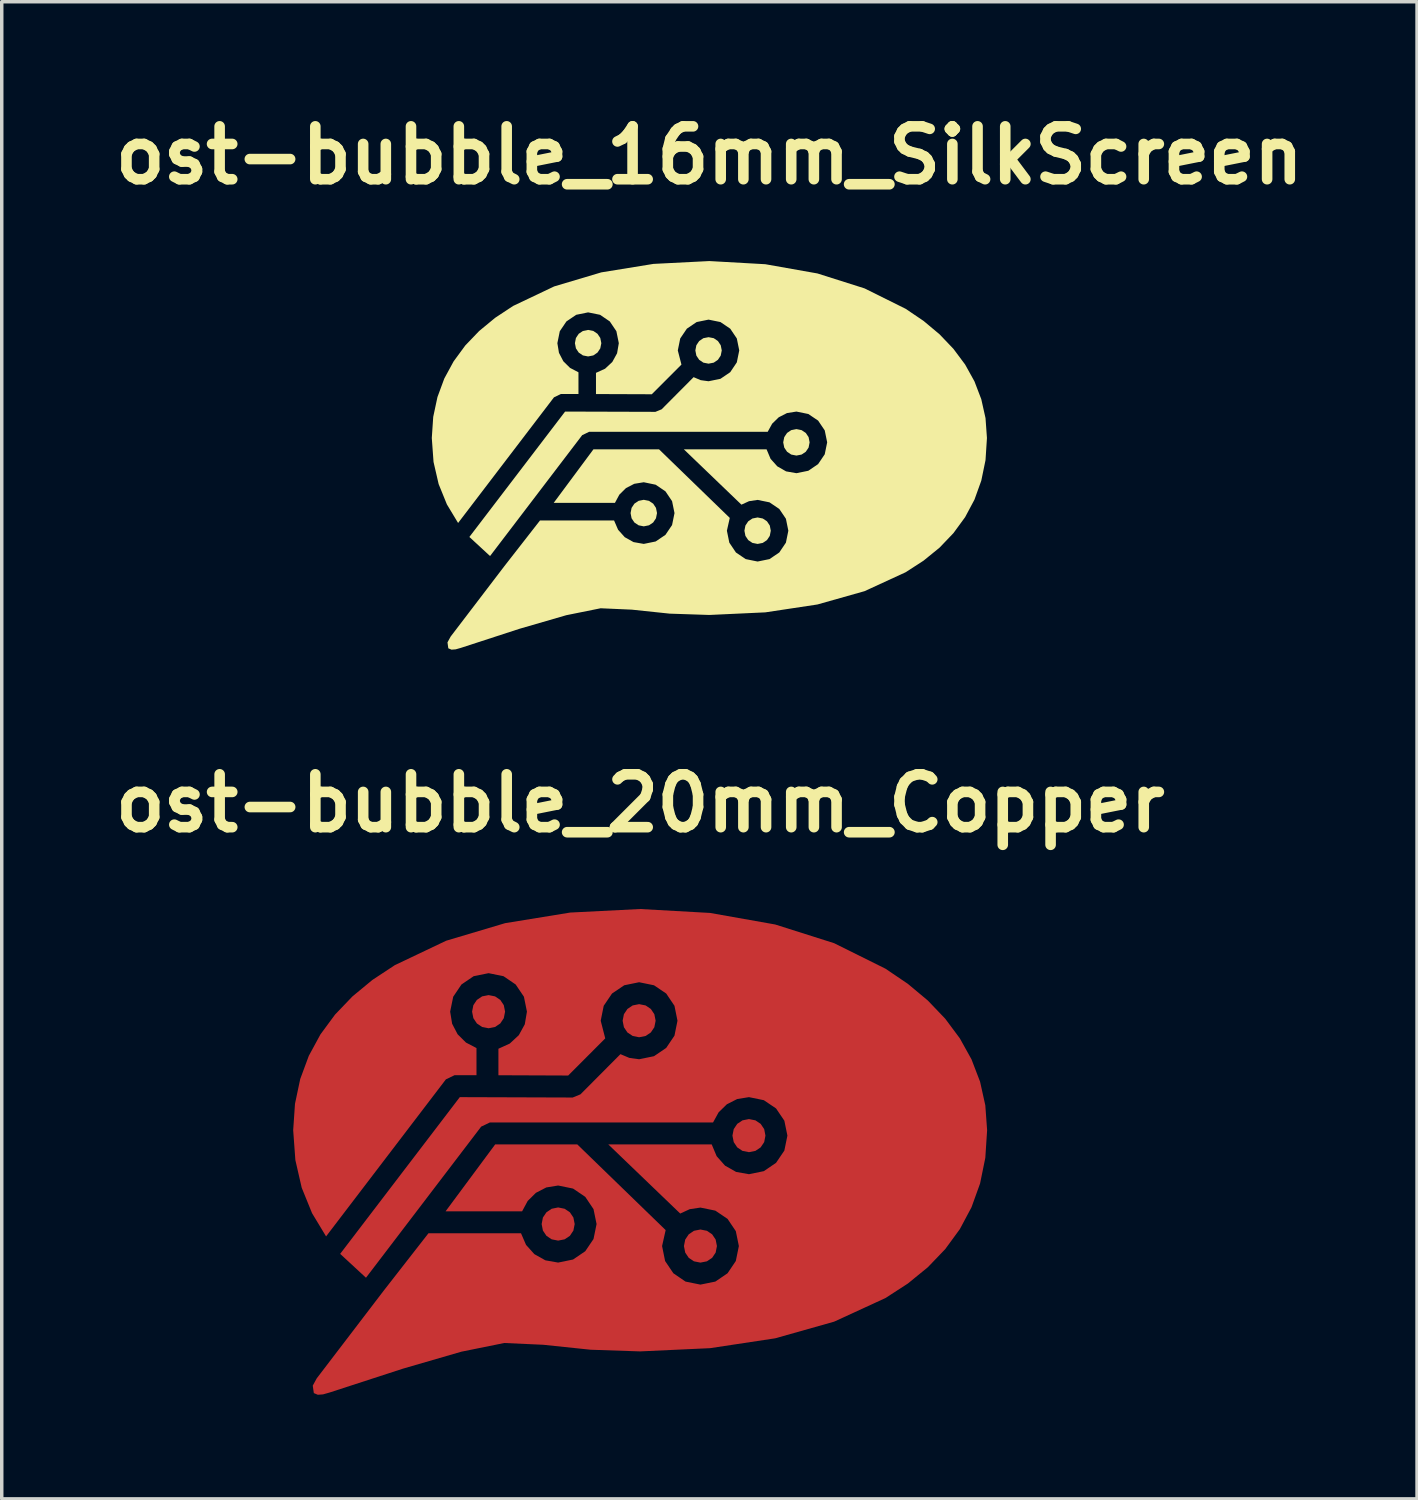
<source format=kicad_pcb>
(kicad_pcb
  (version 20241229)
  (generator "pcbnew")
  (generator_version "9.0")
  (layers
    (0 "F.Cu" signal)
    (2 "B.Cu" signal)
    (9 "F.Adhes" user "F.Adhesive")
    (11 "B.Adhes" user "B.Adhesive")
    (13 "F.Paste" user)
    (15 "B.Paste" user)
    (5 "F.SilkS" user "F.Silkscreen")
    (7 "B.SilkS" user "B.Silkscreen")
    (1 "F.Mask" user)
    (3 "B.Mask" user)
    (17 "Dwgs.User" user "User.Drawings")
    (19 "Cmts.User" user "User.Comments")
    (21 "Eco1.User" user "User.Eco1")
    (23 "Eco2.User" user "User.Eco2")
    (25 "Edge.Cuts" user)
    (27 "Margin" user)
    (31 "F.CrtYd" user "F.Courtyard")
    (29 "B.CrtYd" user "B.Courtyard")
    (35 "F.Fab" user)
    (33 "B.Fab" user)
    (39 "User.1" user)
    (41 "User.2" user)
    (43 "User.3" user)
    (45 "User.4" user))
  (footprint "ost-bubble_16mm_SilkScreen"
    (layer "F.Cu")
    (at 17.395 10.074)
    (property "Reference" "ost-bubble_16mm_SilkScreen" (at 0 -8.648 0) (layer "F.SilkS") (effects (font (size 1.524 1.524) (thickness 0.305))))
    (attr exclude_from_pos_files exclude_from_bom)
    (fp_poly (pts (xy -3.495 -3.615) (xy -3.644 -3.585) (xy -3.765 -3.504) (xy -3.846 -3.383) (xy -3.875 -3.233) (xy -3.846 -3.083) (xy -3.765 -2.962) (xy -3.644 -2.88) (xy -3.495 -2.851) (xy -3.345 -2.88) (xy -3.225 -2.962) (xy -3.144 -3.083) (xy -3.114 -3.233) (xy -3.144 -3.383) (xy -3.225 -3.504) (xy -3.345 -3.585) (xy -3.495 -3.615)) (stroke (width 0) (type solid)) (fill yes) (layer "F.SilkS"))
    (fp_poly (pts (xy -0.024 -3.406) (xy -0.173 -3.377) (xy -0.294 -3.295) (xy -0.375 -3.174) (xy -0.404 -3.024) (xy -0.375 -2.875) (xy -0.294 -2.754) (xy -0.173 -2.672) (xy -0.024 -2.643) (xy 0.126 -2.672) (xy 0.246 -2.754) (xy 0.327 -2.875) (xy 0.357 -3.024) (xy 0.327 -3.174) (xy 0.246 -3.295) (xy 0.126 -3.377) (xy -0.024 -3.406)) (stroke (width 0) (type solid)) (fill yes) (layer "F.SilkS"))
    (fp_poly (pts (xy 2.509 -0.757) (xy 2.359 -0.727) (xy 2.239 -0.646) (xy 2.158 -0.525) (xy 2.128 -0.375) (xy 2.158 -0.225) (xy 2.239 -0.104) (xy 2.359 -0.023) (xy 2.509 0.006) (xy 2.658 -0.023) (xy 2.779 -0.104) (xy 2.86 -0.225) (xy 2.889 -0.375) (xy 2.86 -0.525) (xy 2.779 -0.646) (xy 2.658 -0.727) (xy 2.509 -0.757)) (stroke (width 0) (type solid)) (fill yes) (layer "F.SilkS"))
    (fp_poly (pts (xy -1.891 1.281) (xy -2.04 1.311) (xy -2.161 1.392) (xy -2.242 1.514) (xy -2.271 1.664) (xy -2.242 1.814) (xy -2.161 1.935) (xy -2.04 2.016) (xy -1.891 2.046) (xy -1.741 2.016) (xy -1.62 1.935) (xy -1.539 1.814) (xy -1.509 1.664) (xy -1.539 1.514) (xy -1.62 1.392) (xy -1.741 1.311) (xy -1.891 1.281) (xy -1.891 1.281)) (stroke (width 0) (type solid)) (fill yes) (layer "F.SilkS"))
    (fp_poly (pts (xy 1.39 1.79) (xy 1.24 1.82) (xy 1.12 1.901) (xy 1.039 2.022) (xy 1.01 2.172) (xy 1.039 2.321) (xy 1.12 2.442) (xy 1.24 2.523) (xy 1.39 2.553) (xy 1.539 2.523) (xy 1.66 2.442) (xy 1.741 2.321) (xy 1.77 2.172) (xy 1.741 2.022) (xy 1.66 1.901) (xy 1.539 1.82) (xy 1.39 1.79) (xy 1.39 1.79)) (stroke (width 0) (type solid)) (fill yes) (layer "F.SilkS"))
    (fp_poly (pts (xy -0.000128 -5.6) (xy -1.612 -5.518) (xy -3.114 -5.274) (xy -4.473 -4.869) (xy -5.657 -4.306) (xy -6.173 -3.965) (xy -6.634 -3.585) (xy -7.035 -3.167) (xy -7.371 -2.709) (xy -7.64 -2.214) (xy -7.837 -1.68) (xy -7.959 -1.109) (xy -8 -0.5) (xy -7.95 0.19) (xy -7.803 0.827) (xy -7.565 1.413) (xy -7.242 1.949) (xy -4.479 -1.672) (xy -4.28 -1.768) (xy -3.773 -1.768) (xy -3.773 -2.394) (xy -4.016 -2.521) (xy -4.209 -2.712) (xy -4.335 -2.955) (xy -4.381 -3.233) (xy -4.311 -3.578) (xy -4.12 -3.86) (xy -3.838 -4.051) (xy -3.495 -4.121) (xy -3.151 -4.051) (xy -2.87 -3.86) (xy -2.68 -3.578) (xy -2.61 -3.233) (xy -2.66 -2.942) (xy -2.798 -2.691) (xy -3.006 -2.497) (xy -3.268 -2.378) (xy -3.268 -1.767) (xy -1.659 -1.761) (xy -0.805 -2.616) (xy -0.91 -3.024) (xy -0.84 -3.369) (xy -0.649 -3.651) (xy -0.367 -3.842) (xy -0.024 -3.912) (xy 0.319 -3.842) (xy 0.601 -3.651) (xy 0.791 -3.369) (xy 0.861 -3.024) (xy 0.791 -2.68) (xy 0.601 -2.397) (xy 0.319 -2.206) (xy -0.024 -2.136) (xy -0.25 -2.167) (xy -0.454 -2.254) (xy -1.376 -1.327) (xy -1.555 -1.254) (xy -4.158 -1.262) (xy -6.917 2.352) (xy -6.321 2.902) (xy -3.665 -0.583) (xy -3.465 -0.679) (xy 1.681 -0.679) (xy 1.81 -0.913) (xy 1.999 -1.097) (xy 2.237 -1.219) (xy 2.509 -1.262) (xy 2.852 -1.192) (xy 3.134 -1.002) (xy 3.325 -0.719) (xy 3.395 -0.375) (xy 3.325 -0.031) (xy 3.134 0.252) (xy 2.852 0.444) (xy 2.509 0.514) (xy 2.212 0.462) (xy 1.958 0.317) (xy 1.764 0.1) (xy 1.649 -0.173) (xy -0.735 -0.173) (xy 0.924 1.421) (xy 1.143 1.321) (xy 1.39 1.284) (xy 1.733 1.354) (xy 2.015 1.545) (xy 2.206 1.827) (xy 2.276 2.172) (xy 2.206 2.516) (xy 2.015 2.799) (xy 1.733 2.99) (xy 1.39 3.06) (xy 1.047 2.99) (xy 0.765 2.799) (xy 0.575 2.516) (xy 0.505 2.172) (xy 0.588 1.803) (xy -1.45 -0.173) (xy -3.342 -0.173) (xy -4.487 1.37) (xy -2.722 1.37) (xy -2.594 1.132) (xy -2.404 0.944) (xy -2.165 0.82) (xy -1.891 0.775) (xy -1.548 0.846) (xy -1.266 1.037) (xy -1.075 1.32) (xy -1.005 1.664) (xy -1.075 2.008) (xy -1.266 2.291) (xy -1.548 2.482) (xy -1.891 2.552) (xy -2.186 2.5) (xy -2.438 2.359) (xy -2.631 2.144) (xy -2.747 1.876) (xy -4.881 1.876) (xy -5.909 3.194) (xy -7.457 5.223) (xy -7.548 5.39) (xy -7.524 5.561) (xy -7.432 5.6) (xy -7.312 5.591) (xy -7.163 5.549) (xy -5.468 4.997) (xy -4.123 4.607) (xy -3.133 4.407) (xy -2.235 4.447) (xy -1.143 4.562) (xy -0.000088 4.6) (xy 1.612 4.525) (xy 3.114 4.298) (xy 4.473 3.914) (xy 5.657 3.369) (xy 6.173 3.035) (xy 6.634 2.66) (xy 7.034 2.242) (xy 7.371 1.781) (xy 7.64 1.277) (xy 7.837 0.729) (xy 7.959 0.137) (xy 8 -0.5) (xy 7.959 -1.073) (xy 7.837 -1.618) (xy 7.64 -2.133) (xy 7.371 -2.618) (xy 7.034 -3.07) (xy 6.634 -3.489) (xy 6.173 -3.875) (xy 5.657 -4.224) (xy 4.473 -4.812) (xy 3.114 -5.243) (xy 1.612 -5.509) (xy -0.000088 -5.6) (xy -0.000128 -5.6)) (stroke (width 0) (type solid)) (fill yes) (layer "F.SilkS")))
  (footprint "ost-bubble_20mm_Copper"
    (layer "F.Cu")
    (at 15.4 30.149)
    (property "Reference" "ost-bubble_20mm_Copper" (at 0 -10.048 0) (layer "F.SilkS") (effects (font (size 1.524 1.524) (thickness 0.305))))
    (attr exclude_from_pos_files exclude_from_bom)
    (fp_poly (pts (xy -4.368 -4.519) (xy -4.555 -4.482) (xy -4.706 -4.38) (xy -4.807 -4.229) (xy -4.844 -4.042) (xy -4.807 -3.854) (xy -4.706 -3.702) (xy -4.555 -3.6) (xy -4.368 -3.563) (xy -4.182 -3.6) (xy -4.031 -3.702) (xy -3.93 -3.854) (xy -3.893 -4.042) (xy -3.93 -4.229) (xy -4.031 -4.38) (xy -4.182 -4.482) (xy -4.368 -4.519)) (stroke (width 0) (type solid)) (fill yes) (layer "F.Cu"))
    (fp_poly (pts (xy -0.03 -4.258) (xy -0.216 -4.221) (xy -0.367 -4.119) (xy -0.468 -3.968) (xy -0.505 -3.78) (xy -0.468 -3.593) (xy -0.367 -3.442) (xy -0.216 -3.341) (xy -0.03 -3.304) (xy 0.157 -3.341) (xy 0.308 -3.442) (xy 0.409 -3.593) (xy 0.446 -3.78) (xy 0.409 -3.968) (xy 0.308 -4.119) (xy 0.157 -4.221) (xy -0.03 -4.258)) (stroke (width 0) (type solid)) (fill yes) (layer "F.Cu"))
    (fp_poly (pts (xy -2.364 1.601) (xy -2.55 1.639) (xy -2.701 1.741) (xy -2.803 1.892) (xy -2.839 2.08) (xy -2.803 2.267) (xy -2.701 2.419) (xy -2.55 2.52) (xy -2.364 2.557) (xy -2.177 2.52) (xy -2.025 2.419) (xy -1.924 2.267) (xy -1.887 2.08) (xy -1.924 1.892) (xy -2.025 1.741) (xy -2.177 1.639) (xy -2.364 1.601) (xy -2.364 1.601)) (stroke (width 0) (type solid)) (fill yes) (layer "F.Cu"))
    (fp_poly (pts (xy 1.737 2.237) (xy 1.551 2.274) (xy 1.4 2.376) (xy 1.299 2.527) (xy 1.262 2.714) (xy 1.299 2.902) (xy 1.4 3.053) (xy 1.551 3.154) (xy 1.737 3.191) (xy 1.924 3.154) (xy 2.075 3.053) (xy 2.176 2.902) (xy 2.213 2.714) (xy 2.176 2.527) (xy 2.075 2.376) (xy 1.924 2.274) (xy 1.737 2.237) (xy 1.737 2.237)) (stroke (width 0) (type solid)) (fill yes) (layer "F.Cu"))
    (fp_poly (pts (xy 3.136 -0.946) (xy 2.949 -0.909) (xy 2.798 -0.808) (xy 2.697 -0.656) (xy 2.66 -0.469) (xy 2.697 -0.282) (xy 2.798 -0.13) (xy 2.949 -0.029) (xy 3.136 0.008) (xy 3.322 -0.029) (xy 3.473 -0.13) (xy 3.575 -0.282) (xy 3.611 -0.469) (xy 3.575 -0.656) (xy 3.473 -0.808) (xy 3.322 -0.909) (xy 3.136 -0.946) (xy 3.136 -0.946)) (stroke (width 0) (type solid)) (fill yes) (layer "F.Cu"))
    (fp_poly (pts (xy -0.00016 -7) (xy -2.016 -6.898) (xy -3.893 -6.592) (xy -5.591 -6.086) (xy -7.071 -5.382) (xy -7.717 -4.956) (xy -8.292 -4.481) (xy -8.793 -3.958) (xy -9.214 -3.387) (xy -9.55 -2.768) (xy -9.797 -2.101) (xy -9.948 -1.386) (xy -10 -0.625) (xy -9.937 0.237) (xy -9.754 1.034) (xy -9.456 1.767) (xy -9.052 2.436) (xy -5.599 -2.09) (xy -5.35 -2.21) (xy -4.717 -2.21) (xy -4.717 -2.993) (xy -5.02 -3.151) (xy -5.261 -3.39) (xy -5.419 -3.693) (xy -5.476 -4.042) (xy -5.388 -4.472) (xy -5.15 -4.825) (xy -4.798 -5.064) (xy -4.368 -5.151) (xy -3.939 -5.064) (xy -3.588 -4.825) (xy -3.35 -4.472) (xy -3.263 -4.042) (xy -3.325 -3.677) (xy -3.497 -3.364) (xy -3.758 -3.122) (xy -4.085 -2.973) (xy -4.085 -2.209) (xy -2.074 -2.201) (xy -1.006 -3.271) (xy -1.137 -3.78) (xy -1.05 -4.211) (xy -0.811 -4.564) (xy -0.459 -4.802) (xy -0.03 -4.89) (xy 0.399 -4.802) (xy 0.751 -4.564) (xy 0.989 -4.211) (xy 1.076 -3.78) (xy 0.989 -3.35) (xy 0.751 -2.997) (xy 0.399 -2.758) (xy -0.03 -2.67) (xy -0.312 -2.709) (xy -0.568 -2.817) (xy -1.72 -1.659) (xy -1.944 -1.567) (xy -5.198 -1.578) (xy -8.646 2.939) (xy -7.902 3.627) (xy -4.582 -0.728) (xy -4.332 -0.848) (xy 2.101 -0.848) (xy 2.262 -1.141) (xy 2.499 -1.372) (xy 2.796 -1.523) (xy 3.136 -1.578) (xy 3.565 -1.49) (xy 3.917 -1.252) (xy 4.156 -0.899) (xy 4.244 -0.469) (xy 4.156 -0.038) (xy 3.917 0.315) (xy 3.565 0.555) (xy 3.136 0.643) (xy 2.765 0.577) (xy 2.447 0.397) (xy 2.205 0.124) (xy 2.062 -0.216) (xy -0.919 -0.216) (xy 1.155 1.777) (xy 1.429 1.651) (xy 1.737 1.605) (xy 2.167 1.693) (xy 2.519 1.931) (xy 2.757 2.284) (xy 2.845 2.714) (xy 2.757 3.145) (xy 2.519 3.498) (xy 2.167 3.738) (xy 1.737 3.825) (xy 1.308 3.738) (xy 0.957 3.498) (xy 0.719 3.145) (xy 0.632 2.714) (xy 0.735 2.254) (xy -1.812 -0.216) (xy -4.178 -0.216) (xy -5.608 1.713) (xy -3.402 1.713) (xy -3.242 1.415) (xy -3.005 1.18) (xy -2.706 1.025) (xy -2.364 0.969) (xy -1.934 1.057) (xy -1.582 1.296) (xy -1.344 1.65) (xy -1.256 2.08) (xy -1.344 2.511) (xy -1.582 2.863) (xy -1.934 3.102) (xy -2.364 3.19) (xy -2.732 3.125) (xy -3.048 2.948) (xy -3.289 2.68) (xy -3.434 2.345) (xy -6.101 2.345) (xy -7.386 3.993) (xy -9.322 6.528) (xy -9.436 6.737) (xy -9.405 6.952) (xy -9.29 7) (xy -9.14 6.989) (xy -8.953 6.936) (xy -6.835 6.247) (xy -5.154 5.759) (xy -3.916 5.508) (xy -2.794 5.559) (xy -1.428 5.702) (xy -0.00011 5.75) (xy 2.015 5.657) (xy 3.892 5.373) (xy 5.591 4.893) (xy 7.071 4.212) (xy 7.716 3.794) (xy 8.292 3.324) (xy 8.793 2.802) (xy 9.214 2.226) (xy 9.55 1.596) (xy 9.797 0.911) (xy 9.948 0.171) (xy 10 -0.625) (xy 9.948 -1.342) (xy 9.797 -2.023) (xy 9.55 -2.667) (xy 9.214 -3.272) (xy 8.793 -3.838) (xy 8.292 -4.362) (xy 7.716 -4.843) (xy 7.071 -5.28) (xy 5.591 -6.015) (xy 3.892 -6.554) (xy 2.015 -6.887) (xy -0.00011 -7) (xy -0.00016 -7)) (stroke (width 0) (type solid)) (fill yes) (layer "F.Cu")))
  (gr_rect
    (start -3 -3)
    (end 37.791 40.149)
    (stroke (width 0.1) (type default))
    (fill no)
    (layer "Edge.Cuts")))
</source>
